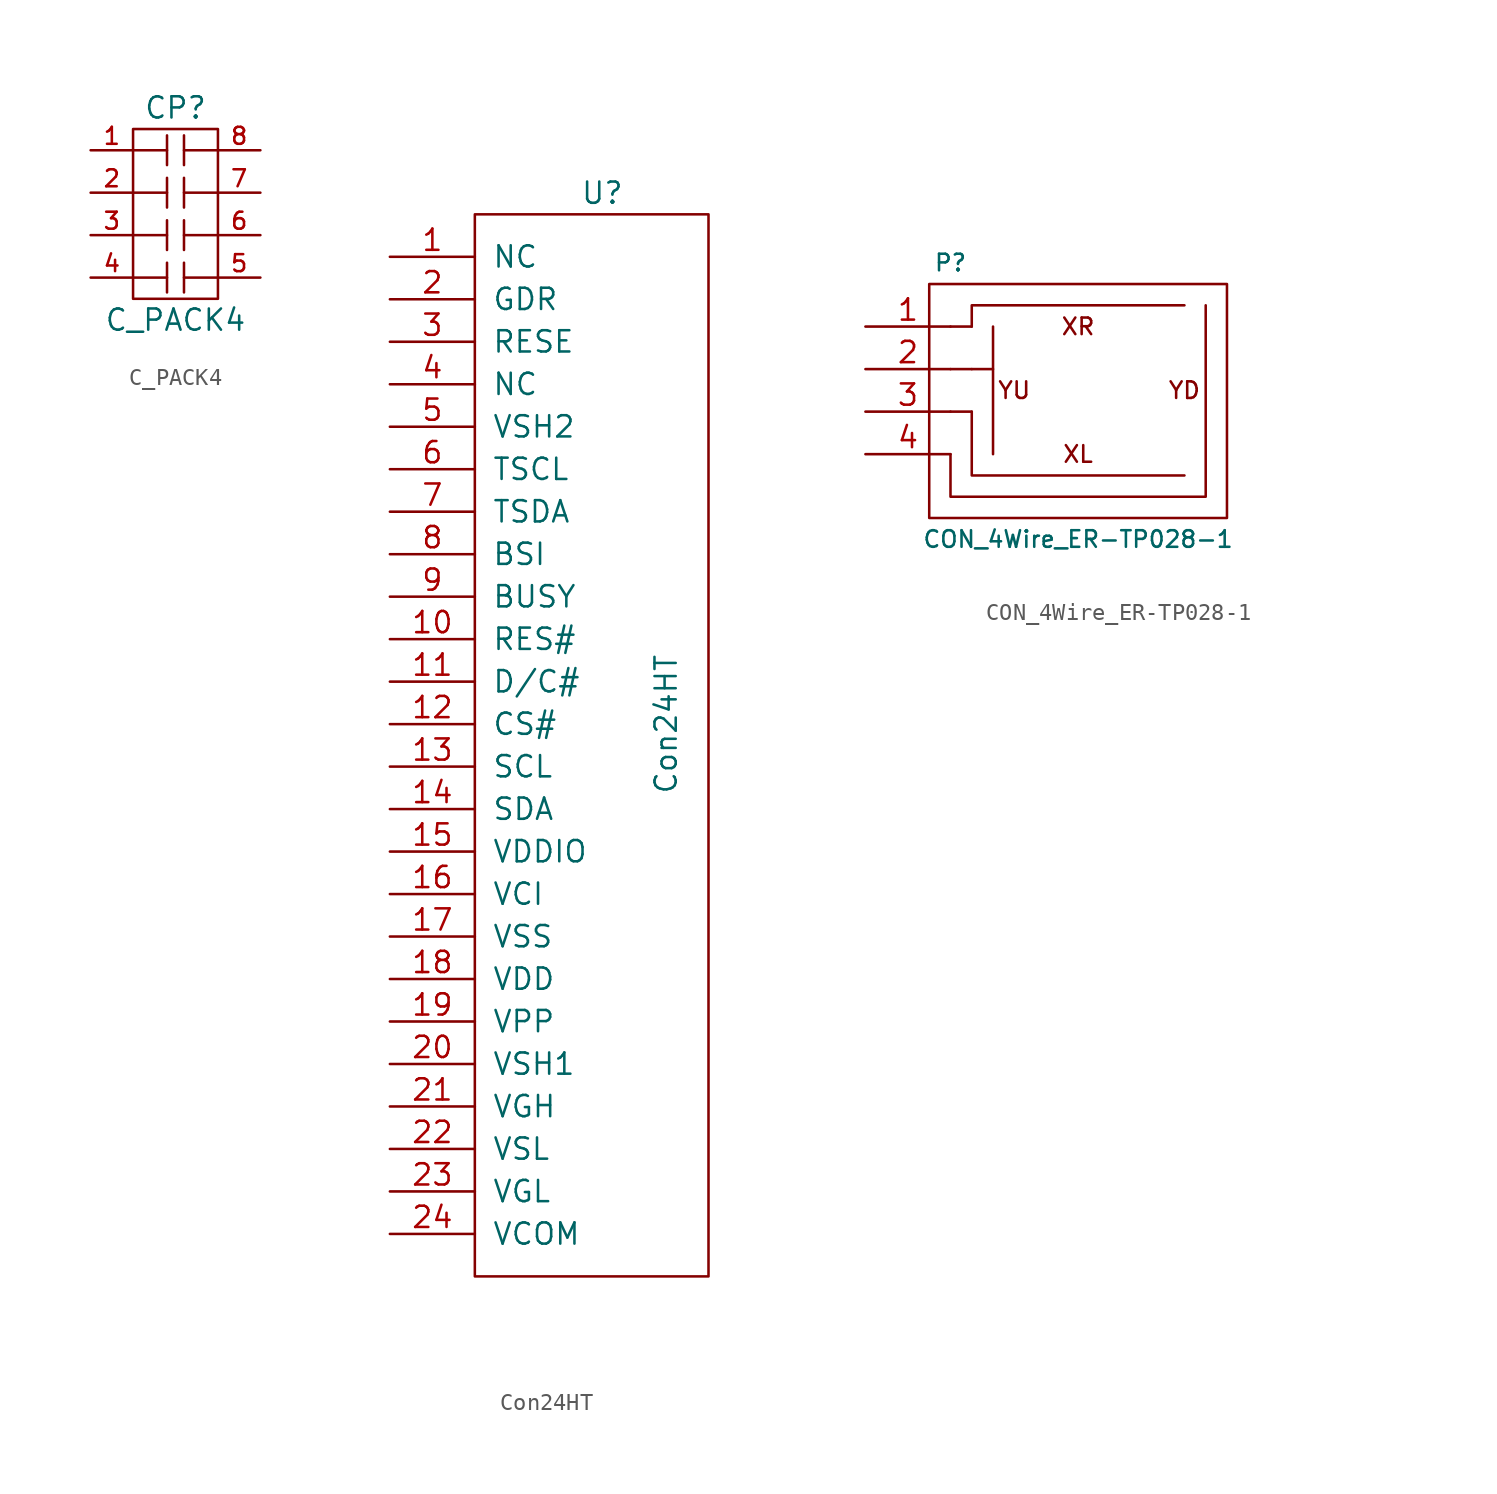
<source format=kicad_sym>
(kicad_symbol_lib
  (version 20211014)
  (generator kicad_symbol_editor)
  (symbol "C_PACK4"
    (pin_names hide)
    (property "Reference" "CP"
      (at 0 11.43 0)
      (effects (font (size 1.27 1.27))))
    (property "Value" "C_PACK4"
      (at 0 -1.27 0)
      (effects (font (size 1.27 1.27))))
    (property "Footprint" ""
      (at 0 0 0)
      (effects (font (size 1.27 1.27))))
    (property "Datasheet" ""
      (at 0 0 0)
      (effects (font (size 1.27 1.27))))
    (symbol "C_PACK4_0_1"
      (polyline (pts (xy -2.54 6.35) (xy -0.508 6.35)) (stroke (width 0) (type default) (color 0 0 0 0)) (fill (type none)))
      (polyline (pts (xy -0.508 1.27) (xy -2.54 1.27)) (stroke (width 0) (type default) (color 0 0 0 0)) (fill (type none)))
      (polyline (pts (xy -0.508 2.159) (xy -0.508 0.381)) (stroke (width 0) (type default) (color 0 0 0 0)) (fill (type none)))
      (polyline (pts (xy -0.508 3.81) (xy -2.54 3.81)) (stroke (width 0) (type default) (color 0 0 0 0)) (fill (type none)))
      (polyline (pts (xy -0.508 4.699) (xy -0.508 2.921)) (stroke (width 0) (type default) (color 0 0 0 0)) (fill (type none)))
      (polyline (pts (xy -0.508 7.239) (xy -0.508 5.461)) (stroke (width 0) (type default) (color 0 0 0 0)) (fill (type none)))
      (polyline (pts (xy -0.508 8.89) (xy -2.54 8.89)) (stroke (width 0) (type default) (color 0 0 0 0)) (fill (type none)))
      (polyline (pts (xy -0.508 9.779) (xy -0.508 8.001)) (stroke (width 0) (type default) (color 0 0 0 0)) (fill (type none)))
      (polyline (pts (xy 0.508 2.159) (xy 0.508 0.381)) (stroke (width 0) (type default) (color 0 0 0 0)) (fill (type none)))
      (polyline (pts (xy 0.508 3.81) (xy 2.54 3.81)) (stroke (width 0) (type default) (color 0 0 0 0)) (fill (type none)))
      (polyline (pts (xy 0.508 4.699) (xy 0.508 2.921)) (stroke (width 0) (type default) (color 0 0 0 0)) (fill (type none)))
      (polyline (pts (xy 0.508 6.35) (xy 2.54 6.35)) (stroke (width 0) (type default) (color 0 0 0 0)) (fill (type none)))
      (polyline (pts (xy 0.508 7.239) (xy 0.508 5.461)) (stroke (width 0) (type default) (color 0 0 0 0)) (fill (type none)))
      (polyline (pts (xy 0.508 9.779) (xy 0.508 8.001)) (stroke (width 0) (type default) (color 0 0 0 0)) (fill (type none)))
      (polyline (pts (xy 2.54 1.27) (xy 0.508 1.27)) (stroke (width 0) (type default) (color 0 0 0 0)) (fill (type none)))
      (polyline (pts (xy 2.54 8.89) (xy 0.508 8.89)) (stroke (width 0) (type default) (color 0 0 0 0)) (fill (type none)))
      (polyline (pts (xy -2.54 10.16) (xy -2.54 0) (xy 2.54 0) (xy 2.54 10.16) (xy -2.54 10.16)) (stroke (width 0) (type default) (color 0 0 0 0)) (fill (type none))))
    (symbol "C_PACK4_1_1"
      (pin passive line (at -5.08 8.89 0) (length 2.54) (name "P1" (effects (font (size 1.016 1.016)))) (number "1" (effects (font (size 1.016 1.016)))))
      (pin passive line (at -5.08 6.35 0) (length 2.54) (name "P2" (effects (font (size 1.016 1.016)))) (number "2" (effects (font (size 1.016 1.016)))))
      (pin passive line (at -5.08 3.81 0) (length 2.54) (name "P3" (effects (font (size 1.016 1.016)))) (number "3" (effects (font (size 1.016 1.016)))))
      (pin passive line (at -5.08 1.27 0) (length 2.54) (name "P4" (effects (font (size 1.016 1.016)))) (number "4" (effects (font (size 1.016 1.016)))))
      (pin passive line (at 5.08 1.27 180) (length 2.54) (name "R4" (effects (font (size 1.016 1.016)))) (number "5" (effects (font (size 1.016 1.016)))))
      (pin passive line (at 5.08 3.81 180) (length 2.54) (name "R3" (effects (font (size 1.016 1.016)))) (number "6" (effects (font (size 1.016 1.016)))))
      (pin passive line (at 5.08 6.35 180) (length 2.54) (name "R2" (effects (font (size 1.016 1.016)))) (number "7" (effects (font (size 1.016 1.016)))))
      (pin passive line (at 5.08 8.89 180) (length 2.54) (name "R1" (effects (font (size 1.016 1.016)))) (number "8" (effects (font (size 1.016 1.016)))))))
  (symbol "Con24HT"
    (pin_names
      (offset 1.016))
    (property "Reference" "U"
      (at 0 31.75 0)
      (effects (font (size 1.27 1.27))))
    (property "Value" "Con24HT"
      (at 3.81 0 90)
      (effects (font (size 1.27 1.27))))
    (symbol "Con24HT_0_1"
      (rectangle (start -7.62 30.48) (end 6.35 -33.02) (stroke (width 0) (type default) (color 0 0 0 0)) (fill (type none))))
    (symbol "Con24HT_1_1"
      (pin input line (at -12.7 27.94 0) (length 5.08) (name "NC" (effects (font (size 1.27 1.27)))) (number "1" (effects (font (size 1.27 1.27)))))
      (pin input line (at -12.7 5.08 0) (length 5.08) (name "RES#" (effects (font (size 1.27 1.27)))) (number "10" (effects (font (size 1.27 1.27)))))
      (pin input line (at -12.7 2.54 0) (length 5.08) (name "D/C#" (effects (font (size 1.27 1.27)))) (number "11" (effects (font (size 1.27 1.27)))))
      (pin input line (at -12.7 0 0) (length 5.08) (name "CS#" (effects (font (size 1.27 1.27)))) (number "12" (effects (font (size 1.27 1.27)))))
      (pin input line (at -12.7 -2.54 0) (length 5.08) (name "SCL" (effects (font (size 1.27 1.27)))) (number "13" (effects (font (size 1.27 1.27)))))
      (pin input line (at -12.7 -5.08 0) (length 5.08) (name "SDA" (effects (font (size 1.27 1.27)))) (number "14" (effects (font (size 1.27 1.27)))))
      (pin input line (at -12.7 -7.62 0) (length 5.08) (name "VDDIO" (effects (font (size 1.27 1.27)))) (number "15" (effects (font (size 1.27 1.27)))))
      (pin input line (at -12.7 -10.16 0) (length 5.08) (name "VCI" (effects (font (size 1.27 1.27)))) (number "16" (effects (font (size 1.27 1.27)))))
      (pin input line (at -12.7 -12.7 0) (length 5.08) (name "VSS" (effects (font (size 1.27 1.27)))) (number "17" (effects (font (size 1.27 1.27)))))
      (pin input line (at -12.7 -15.24 0) (length 5.08) (name "VDD" (effects (font (size 1.27 1.27)))) (number "18" (effects (font (size 1.27 1.27)))))
      (pin input line (at -12.7 -17.78 0) (length 5.08) (name "VPP" (effects (font (size 1.27 1.27)))) (number "19" (effects (font (size 1.27 1.27)))))
      (pin input line (at -12.7 25.4 0) (length 5.08) (name "GDR" (effects (font (size 1.27 1.27)))) (number "2" (effects (font (size 1.27 1.27)))))
      (pin input line (at -12.7 -20.32 0) (length 5.08) (name "VSH1" (effects (font (size 1.27 1.27)))) (number "20" (effects (font (size 1.27 1.27)))))
      (pin input line (at -12.7 -22.86 0) (length 5.08) (name "VGH" (effects (font (size 1.27 1.27)))) (number "21" (effects (font (size 1.27 1.27)))))
      (pin input line (at -12.7 -25.4 0) (length 5.08) (name "VSL" (effects (font (size 1.27 1.27)))) (number "22" (effects (font (size 1.27 1.27)))))
      (pin input line (at -12.7 -27.94 0) (length 5.08) (name "VGL" (effects (font (size 1.27 1.27)))) (number "23" (effects (font (size 1.27 1.27)))))
      (pin input line (at -12.7 -30.48 0) (length 5.08) (name "VCOM" (effects (font (size 1.27 1.27)))) (number "24" (effects (font (size 1.27 1.27)))))
      (pin input line (at -12.7 22.86 0) (length 5.08) (name "RESE" (effects (font (size 1.27 1.27)))) (number "3" (effects (font (size 1.27 1.27)))))
      (pin input line (at -12.7 20.32 0) (length 5.08) (name "NC" (effects (font (size 1.27 1.27)))) (number "4" (effects (font (size 1.27 1.27)))))
      (pin input line (at -12.7 17.78 0) (length 5.08) (name "VSH2" (effects (font (size 1.27 1.27)))) (number "5" (effects (font (size 1.27 1.27)))))
      (pin input line (at -12.7 15.24 0) (length 5.08) (name "TSCL" (effects (font (size 1.27 1.27)))) (number "6" (effects (font (size 1.27 1.27)))))
      (pin input line (at -12.7 12.7 0) (length 5.08) (name "TSDA" (effects (font (size 1.27 1.27)))) (number "7" (effects (font (size 1.27 1.27)))))
      (pin input line (at -12.7 10.16 0) (length 5.08) (name "BSI" (effects (font (size 1.27 1.27)))) (number "8" (effects (font (size 1.27 1.27)))))
      (pin input line (at -12.7 7.62 0) (length 5.08) (name "BUSY" (effects (font (size 1.27 1.27)))) (number "9" (effects (font (size 1.27 1.27)))))))
  (symbol "CON_4Wire_ER-TP028-1"
    (pin_names
      (offset 1.016))
    (property "Reference" "P"
      (at -3.81 7.62 0)
      (effects (font (size 0.991 0.991))))
    (property "Value" "CON_4Wire_ER-TP028-1"
      (at 3.81 -8.89 0)
      (effects (font (size 0.991 0.991))))
    (property "Footprint" ""
      (at 21.59 16.51 0)
      (effects (font (size 0.991 0.991))))
    (property "Datasheet" ""
      (at 21.59 16.51 0)
      (effects (font (size 0.991 0.991))))
    (symbol "CON_4Wire_ER-TP028-1_0_0"
      (text "XL" (at 3.81 -3.81 0) (effects (font (size 0.991 0.991))))
      (text "XR" (at 3.81 3.81 0) (effects (font (size 0.991 0.991))))
      (text "YD" (at 10.16 0 0) (effects (font (size 0.991 0.991))))
      (text "YU" (at 0 0 0) (effects (font (size 0.991 0.991)))))
    (symbol "CON_4Wire_ER-TP028-1_0_1"
      (rectangle (start -5.08 6.35) (end 12.7 -7.62) (stroke (width 0) (type default) (color 0 0 0 0)) (fill (type none)))
      (polyline (pts (xy -3.81 -1.27) (xy -2.54 -1.27)) (stroke (width 0) (type default) (color 0 0 0 0)) (fill (type none)))
      (polyline (pts (xy -3.81 1.27) (xy -2.54 1.27)) (stroke (width 0) (type default) (color 0 0 0 0)) (fill (type none)))
      (polyline (pts (xy -2.54 3.81) (xy -3.81 3.81)) (stroke (width 0) (type default) (color 0 0 0 0)) (fill (type none)))
      (polyline (pts (xy -1.27 1.27) (xy -1.27 -3.81)) (stroke (width 0) (type default) (color 0 0 0 0)) (fill (type none)))
      (polyline (pts (xy -2.54 -1.27) (xy -2.54 -5.08) (xy 10.16 -5.08)) (stroke (width 0) (type default) (color 0 0 0 0)) (fill (type none)))
      (polyline (pts (xy -2.54 1.27) (xy -1.27 1.27) (xy -1.27 3.81)) (stroke (width 0) (type default) (color 0 0 0 0)) (fill (type none)))
      (polyline (pts (xy -2.54 3.81) (xy -2.54 5.08) (xy 10.16 5.08)) (stroke (width 0) (type default) (color 0 0 0 0)) (fill (type none)))
      (polyline (pts (xy -3.81 -3.81) (xy -3.81 -6.35) (xy 11.43 -6.35) (xy 11.43 5.08)) (stroke (width 0) (type default) (color 0 0 0 0)) (fill (type none))))
    (symbol "CON_4Wire_ER-TP028-1_1_1"
      (pin input line (at -8.89 3.81 0) (length 5.08) (name "~" (effects (font (size 1.27 1.27)))) (number "1" (effects (font (size 1.27 1.27)))))
      (pin input line (at -8.89 1.27 0) (length 5.08) (name "~" (effects (font (size 1.27 1.27)))) (number "2" (effects (font (size 1.27 1.27)))))
      (pin input line (at -8.89 -1.27 0) (length 5.08) (name "~" (effects (font (size 1.27 1.27)))) (number "3" (effects (font (size 1.27 1.27)))))
      (pin input line (at -8.89 -3.81 0) (length 5.08) (name "~" (effects (font (size 1.27 1.27)))) (number "4" (effects (font (size 1.27 1.27))))))))
</source>
